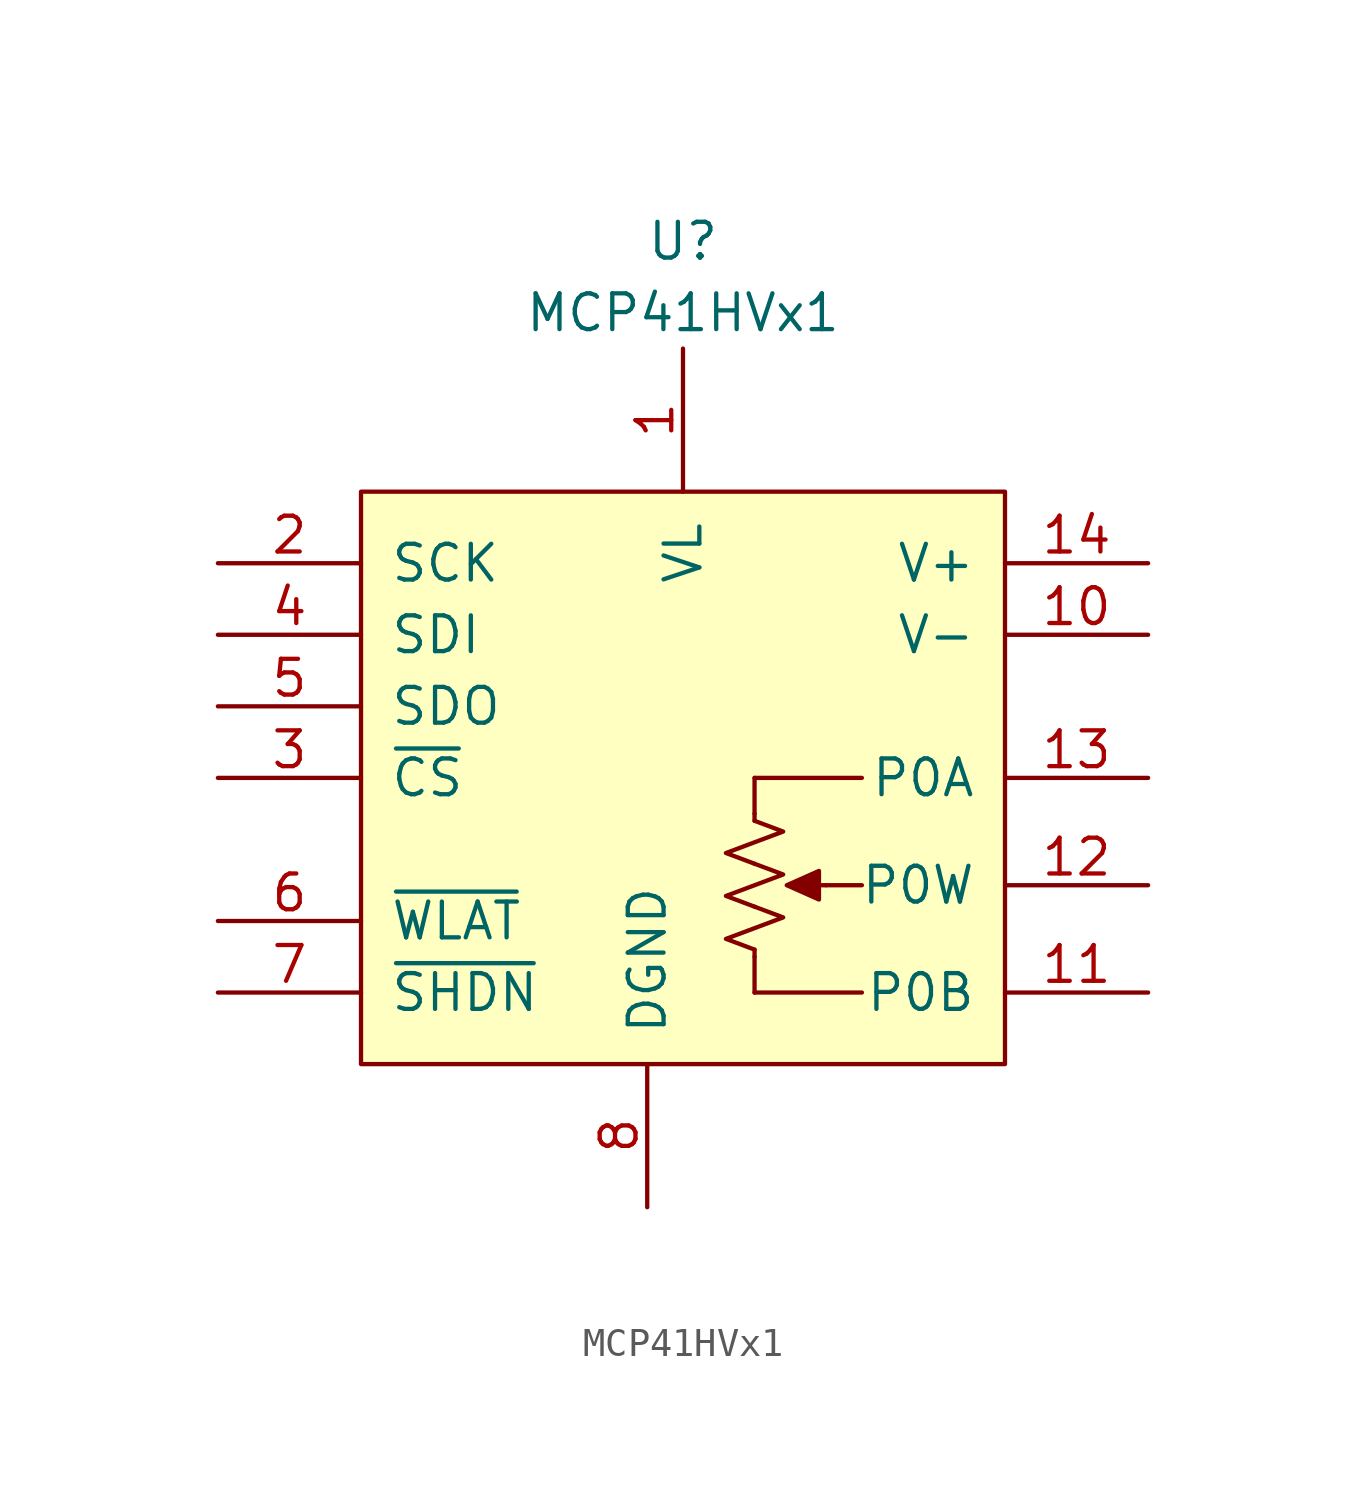
<source format=kicad_sym>
(kicad_symbol_lib
  (version 20211014)
  (generator kicad_symbol_editor)
  (symbol "MCP41HVx1"
    (pin_names
      (offset 1.016))
    (property "Reference" "U"
      (at 0 20.32 0)
      (effects (font (size 1.27 1.27))))
    (property "Value" "MCP41HVx1"
      (at 0 17.78 0)
      (effects (font (size 1.27 1.27))))
    (symbol "MCP41HVx1_0_1"
      (rectangle (start -11.43 11.43) (end 11.43 -8.89) (stroke (width 0) (type default) (color 0 0 0 0)) (fill (type background)))
      (polyline (pts (xy 2.54 -6.35) (xy 6.35 -6.35)) (stroke (width 0) (type default) (color 0 0 0 0)) (fill (type none)))
      (polyline (pts (xy 2.54 -5.08) (xy 2.54 -6.35)) (stroke (width 0) (type default) (color 0 0 0 0)) (fill (type none)))
      (polyline (pts (xy 2.54 0) (xy 2.54 1.27)) (stroke (width 0) (type default) (color 0 0 0 0)) (fill (type none)))
      (polyline (pts (xy 5.08 -2.54) (xy 6.35 -2.54)) (stroke (width 0) (type default) (color 0 0 0 0)) (fill (type none)))
      (polyline (pts (xy 6.35 1.27) (xy 2.54 1.27)) (stroke (width 0) (type default) (color 0 0 0 0)) (fill (type none))))
    (symbol "MCP41HVx1_1_1"
      (polyline (pts (xy 2.54 -4.826) (xy 2.54 -5.08)) (stroke (width 0) (type default) (color 0 0 0 0)) (fill (type none)))
      (polyline (pts (xy 2.54 0) (xy 2.54 -0.254)) (stroke (width 0) (type default) (color 0 0 0 0)) (fill (type none)))
      (polyline (pts (xy 5.08 -2.54) (xy 4.064 -2.54)) (stroke (width 0) (type default) (color 0 0 0 0)) (fill (type none)))
      (polyline (pts (xy 3.683 -2.54) (xy 4.826 -2.032) (xy 4.826 -3.048) (xy 3.683 -2.54)) (stroke (width 0) (type default) (color 0 0 0 0)) (fill (type outline)))
      (polyline (pts (xy 2.54 -3.302) (xy 3.556 -3.683) (xy 2.54 -4.064) (xy 1.524 -4.445) (xy 2.54 -4.826)) (stroke (width 0) (type default) (color 0 0 0 0)) (fill (type none)))
      (polyline (pts (xy 2.54 -1.778) (xy 3.556 -2.159) (xy 2.54 -2.54) (xy 1.524 -2.921) (xy 2.54 -3.302)) (stroke (width 0) (type default) (color 0 0 0 0)) (fill (type none)))
      (polyline (pts (xy 2.54 -0.254) (xy 3.556 -0.635) (xy 2.54 -1.016) (xy 1.524 -1.397) (xy 2.54 -1.778)) (stroke (width 0) (type default) (color 0 0 0 0)) (fill (type none)))
      (pin passive line (at 0 16.51 270) (length 5.08) (name "VL" (effects (font (size 1.27 1.27)))) (number "1" (effects (font (size 1.27 1.27)))))
      (pin passive line (at 16.51 6.35 180) (length 5.08) (name "V-" (effects (font (size 1.27 1.27)))) (number "10" (effects (font (size 1.27 1.27)))))
      (pin passive line (at 16.51 -6.35 180) (length 5.08) (name "P0B" (effects (font (size 1.27 1.27)))) (number "11" (effects (font (size 1.27 1.27)))))
      (pin passive line (at 16.51 -2.54 180) (length 5.08) (name "P0W" (effects (font (size 1.27 1.27)))) (number "12" (effects (font (size 1.27 1.27)))))
      (pin passive line (at 16.51 1.27 180) (length 5.08) (name "P0A" (effects (font (size 1.27 1.27)))) (number "13" (effects (font (size 1.27 1.27)))))
      (pin passive line (at 16.51 8.89 180) (length 5.08) (name "V+" (effects (font (size 1.27 1.27)))) (number "14" (effects (font (size 1.27 1.27)))))
      (pin input line (at -16.51 8.89 0) (length 5.08) (name "SCK" (effects (font (size 1.27 1.27)))) (number "2" (effects (font (size 1.27 1.27)))))
      (pin input line (at -16.51 1.27 0) (length 5.08) (name "~{CS}" (effects (font (size 1.27 1.27)))) (number "3" (effects (font (size 1.27 1.27)))))
      (pin input line (at -16.51 6.35 0) (length 5.08) (name "SDI" (effects (font (size 1.27 1.27)))) (number "4" (effects (font (size 1.27 1.27)))))
      (pin output line (at -16.51 3.81 0) (length 5.08) (name "SDO" (effects (font (size 1.27 1.27)))) (number "5" (effects (font (size 1.27 1.27)))))
      (pin input line (at -16.51 -3.81 0) (length 5.08) (name "~{WLAT}" (effects (font (size 1.27 1.27)))) (number "6" (effects (font (size 1.27 1.27)))))
      (pin input line (at -16.51 -6.35 0) (length 5.08) (name "~{SHDN}" (effects (font (size 1.27 1.27)))) (number "7" (effects (font (size 1.27 1.27)))))
      (pin passive line (at -1.27 -13.97 90) (length 5.08) (name "DGND" (effects (font (size 1.27 1.27)))) (number "8" (effects (font (size 1.27 1.27)))))
      (pin passive line (at -1.27 -13.97 90) (length 5.08) hide (name "NC" (effects (font (size 1.27 1.27)))) (number "9" (effects (font (size 1.27 1.27))))))))
</source>
